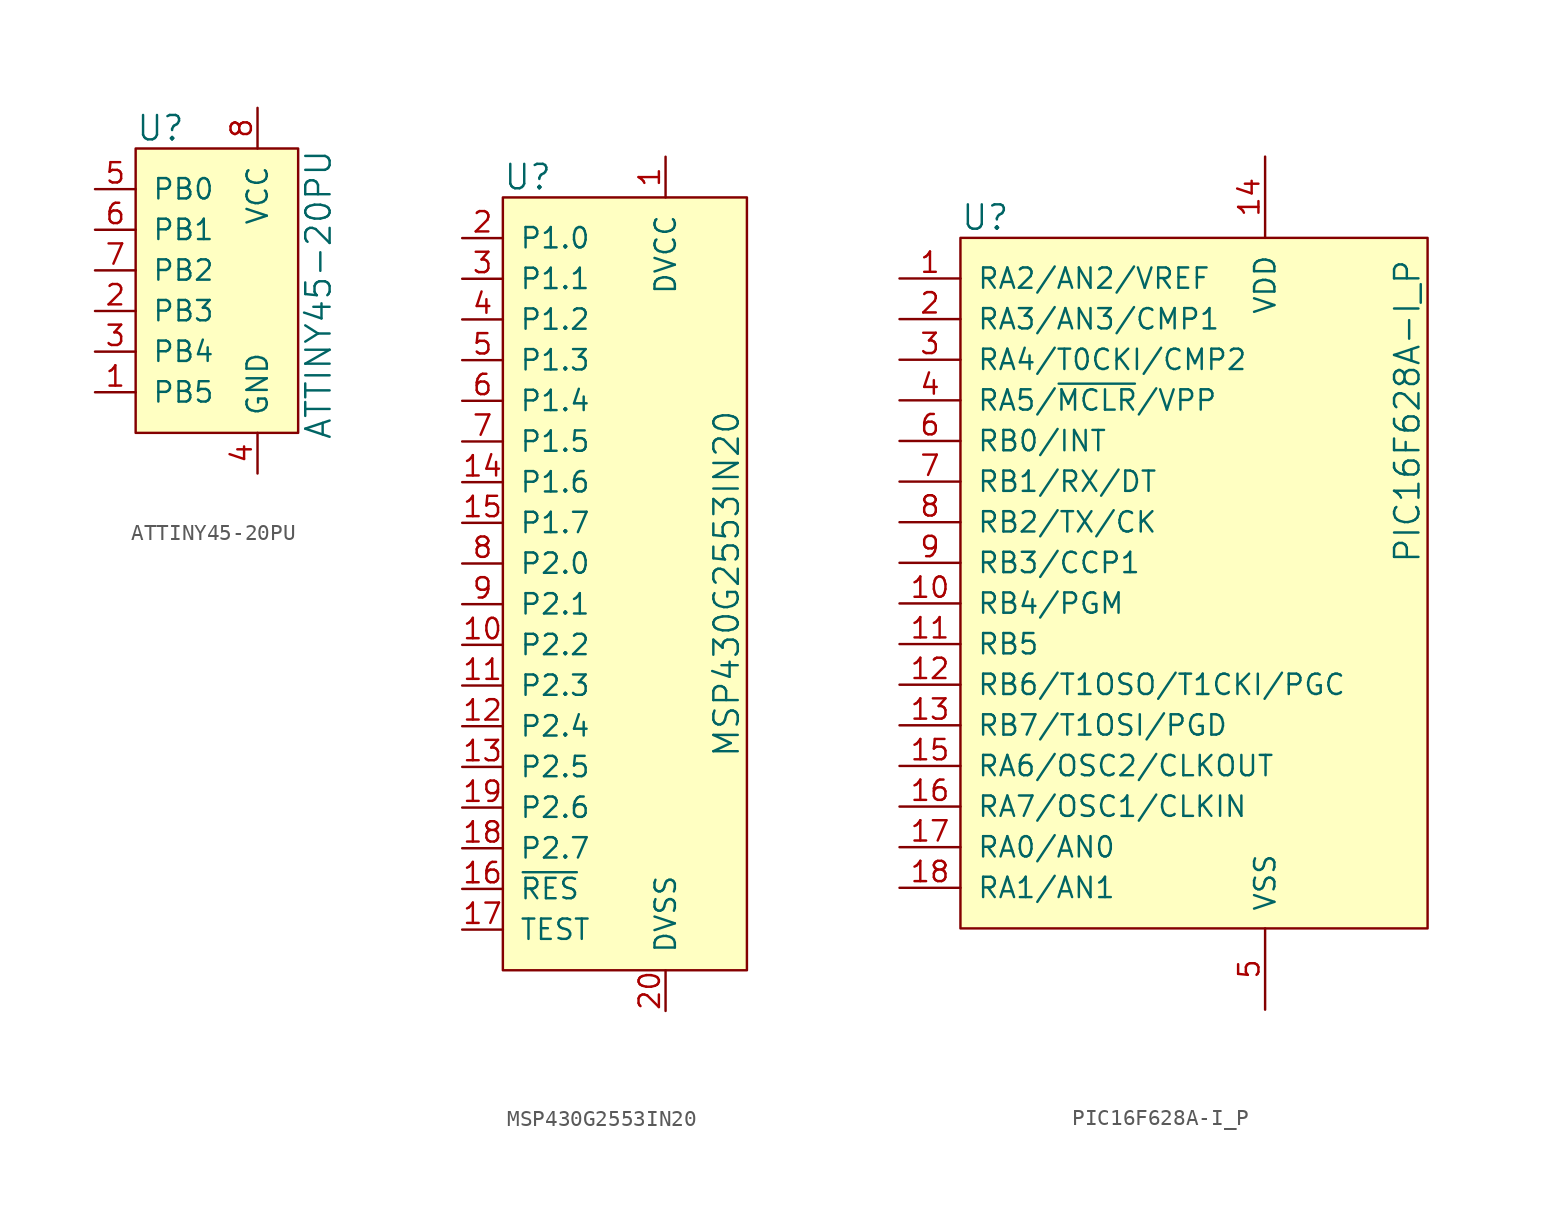
<source format=kicad_sym>
(kicad_symbol_lib
  (version 20211014)
  (generator kicad_symbol_editor)
  (symbol "ATTINY45-20PU"
    (pin_names
      (offset 1.016))
    (property "Reference" "U"
      (at -5.08 6.35 0)
      (effects (font (size 1.524 1.524)) (justify left)))
    (property "Value" "ATTINY45-20PU"
      (at 6.35 5.08 90)
      (effects (font (size 1.524 1.524)) (justify right)))
    (symbol "ATTINY45-20PU_0_1"
      (rectangle (start -5.08 5.08) (end 5.08 -12.7) (stroke (width 0) (type default) (color 0 0 0 0)) (fill (type background))))
    (symbol "ATTINY45-20PU_1_1"
      (pin bidirectional line (at -7.62 -10.16 0) (length 2.54) (name "PB5" (effects (font (size 1.27 1.27)))) (number "1" (effects (font (size 1.27 1.27)))))
      (pin bidirectional line (at -7.62 -5.08 0) (length 2.54) (name "PB3" (effects (font (size 1.27 1.27)))) (number "2" (effects (font (size 1.27 1.27)))))
      (pin bidirectional line (at -7.62 -7.62 0) (length 2.54) (name "PB4" (effects (font (size 1.27 1.27)))) (number "3" (effects (font (size 1.27 1.27)))))
      (pin power_in line (at 2.54 -15.24 90) (length 2.54) (name "GND" (effects (font (size 1.27 1.27)))) (number "4" (effects (font (size 1.27 1.27)))))
      (pin bidirectional line (at -7.62 2.54 0) (length 2.54) (name "PB0" (effects (font (size 1.27 1.27)))) (number "5" (effects (font (size 1.27 1.27)))))
      (pin bidirectional line (at -7.62 0 0) (length 2.54) (name "PB1" (effects (font (size 1.27 1.27)))) (number "6" (effects (font (size 1.27 1.27)))))
      (pin bidirectional line (at -7.62 -2.54 0) (length 2.54) (name "PB2" (effects (font (size 1.27 1.27)))) (number "7" (effects (font (size 1.27 1.27)))))
      (pin power_in line (at 2.54 7.62 270) (length 2.54) (name "VCC" (effects (font (size 1.27 1.27)))) (number "8" (effects (font (size 1.27 1.27)))))))
  (symbol "MSP430G2553IN20"
    (pin_names
      (offset 1.016))
    (property "Reference" "U"
      (at -7.62 24.13 0)
      (effects (font (size 1.524 1.524)) (justify left)))
    (property "Value" "MSP430G2553IN20"
      (at 6.35 -1.27 90)
      (effects (font (size 1.524 1.524))))
    (symbol "MSP430G2553IN20_0_1"
      (rectangle (start -7.62 22.86) (end 7.62 -25.4) (stroke (width 0) (type default) (color 0 0 0 0)) (fill (type background))))
    (symbol "MSP430G2553IN20_1_1"
      (pin power_in line (at 2.54 25.4 270) (length 2.54) (name "DVCC" (effects (font (size 1.27 1.27)))) (number "1" (effects (font (size 1.27 1.27)))))
      (pin bidirectional line (at -10.16 -5.08 0) (length 2.54) (name "P2.2" (effects (font (size 1.27 1.27)))) (number "10" (effects (font (size 1.27 1.27)))))
      (pin bidirectional line (at -10.16 -7.62 0) (length 2.54) (name "P2.3" (effects (font (size 1.27 1.27)))) (number "11" (effects (font (size 1.27 1.27)))))
      (pin bidirectional line (at -10.16 -10.16 0) (length 2.54) (name "P2.4" (effects (font (size 1.27 1.27)))) (number "12" (effects (font (size 1.27 1.27)))))
      (pin bidirectional line (at -10.16 -12.7 0) (length 2.54) (name "P2.5" (effects (font (size 1.27 1.27)))) (number "13" (effects (font (size 1.27 1.27)))))
      (pin bidirectional line (at -10.16 5.08 0) (length 2.54) (name "P1.6" (effects (font (size 1.27 1.27)))) (number "14" (effects (font (size 1.27 1.27)))))
      (pin bidirectional line (at -10.16 2.54 0) (length 2.54) (name "P1.7" (effects (font (size 1.27 1.27)))) (number "15" (effects (font (size 1.27 1.27)))))
      (pin input line (at -10.16 -20.32 0) (length 2.54) (name "~{RES}" (effects (font (size 1.27 1.27)))) (number "16" (effects (font (size 1.27 1.27)))))
      (pin input line (at -10.16 -22.86 0) (length 2.54) (name "TEST" (effects (font (size 1.27 1.27)))) (number "17" (effects (font (size 1.27 1.27)))))
      (pin bidirectional line (at -10.16 -17.78 0) (length 2.54) (name "P2.7" (effects (font (size 1.27 1.27)))) (number "18" (effects (font (size 1.27 1.27)))))
      (pin bidirectional line (at -10.16 -15.24 0) (length 2.54) (name "P2.6" (effects (font (size 1.27 1.27)))) (number "19" (effects (font (size 1.27 1.27)))))
      (pin bidirectional line (at -10.16 20.32 0) (length 2.54) (name "P1.0" (effects (font (size 1.27 1.27)))) (number "2" (effects (font (size 1.27 1.27)))))
      (pin power_in line (at 2.54 -27.94 90) (length 2.54) (name "DVSS" (effects (font (size 1.27 1.27)))) (number "20" (effects (font (size 1.27 1.27)))))
      (pin bidirectional line (at -10.16 17.78 0) (length 2.54) (name "P1.1" (effects (font (size 1.27 1.27)))) (number "3" (effects (font (size 1.27 1.27)))))
      (pin bidirectional line (at -10.16 15.24 0) (length 2.54) (name "P1.2" (effects (font (size 1.27 1.27)))) (number "4" (effects (font (size 1.27 1.27)))))
      (pin bidirectional line (at -10.16 12.7 0) (length 2.54) (name "P1.3" (effects (font (size 1.27 1.27)))) (number "5" (effects (font (size 1.27 1.27)))))
      (pin bidirectional line (at -10.16 10.16 0) (length 2.54) (name "P1.4" (effects (font (size 1.27 1.27)))) (number "6" (effects (font (size 1.27 1.27)))))
      (pin bidirectional line (at -10.16 7.62 0) (length 2.54) (name "P1.5" (effects (font (size 1.27 1.27)))) (number "7" (effects (font (size 1.27 1.27)))))
      (pin bidirectional line (at -10.16 0 0) (length 2.54) (name "P2.0" (effects (font (size 1.27 1.27)))) (number "8" (effects (font (size 1.27 1.27)))))
      (pin bidirectional line (at -10.16 -2.54 0) (length 2.54) (name "P2.1" (effects (font (size 1.27 1.27)))) (number "9" (effects (font (size 1.27 1.27)))))))
  (symbol "PIC16F628A-I_P"
    (pin_names
      (offset 1.016))
    (property "Reference" "U"
      (at -13.97 21.59 0)
      (effects (font (size 1.524 1.524)) (justify left)))
    (property "Value" "PIC16F628A-I_P"
      (at 13.97 19.05 90)
      (effects (font (size 1.524 1.524)) (justify right)))
    (symbol "PIC16F628A-I_P_0_1"
      (rectangle (start -13.97 20.32) (end 15.24 -22.86) (stroke (width 0) (type default) (color 0 0 0 0)) (fill (type background))))
    (symbol "PIC16F628A-I_P_1_1"
      (pin bidirectional line (at -17.78 17.78 0) (length 3.81) (name "RA2/AN2/VREF" (effects (font (size 1.27 1.27)))) (number "1" (effects (font (size 1.27 1.27)))))
      (pin bidirectional line (at -17.78 -2.54 0) (length 3.81) (name "RB4/PGM" (effects (font (size 1.27 1.27)))) (number "10" (effects (font (size 1.27 1.27)))))
      (pin bidirectional line (at -17.78 -5.08 0) (length 3.81) (name "RB5" (effects (font (size 1.27 1.27)))) (number "11" (effects (font (size 1.27 1.27)))))
      (pin bidirectional line (at -17.78 -7.62 0) (length 3.81) (name "RB6/T1OSO/T1CKI/PGC" (effects (font (size 1.27 1.27)))) (number "12" (effects (font (size 1.27 1.27)))))
      (pin bidirectional line (at -17.78 -10.16 0) (length 3.81) (name "RB7/T1OSI/PGD" (effects (font (size 1.27 1.27)))) (number "13" (effects (font (size 1.27 1.27)))))
      (pin power_in line (at 5.08 25.4 270) (length 5.08) (name "VDD" (effects (font (size 1.27 1.27)))) (number "14" (effects (font (size 1.27 1.27)))))
      (pin bidirectional line (at -17.78 -12.7 0) (length 3.81) (name "RA6/OSC2/CLKOUT" (effects (font (size 1.27 1.27)))) (number "15" (effects (font (size 1.27 1.27)))))
      (pin bidirectional line (at -17.78 -15.24 0) (length 3.81) (name "RA7/OSC1/CLKIN" (effects (font (size 1.27 1.27)))) (number "16" (effects (font (size 1.27 1.27)))))
      (pin bidirectional line (at -17.78 -17.78 0) (length 3.81) (name "RA0/AN0" (effects (font (size 1.27 1.27)))) (number "17" (effects (font (size 1.27 1.27)))))
      (pin bidirectional line (at -17.78 -20.32 0) (length 3.81) (name "RA1/AN1" (effects (font (size 1.27 1.27)))) (number "18" (effects (font (size 1.27 1.27)))))
      (pin bidirectional line (at -17.78 15.24 0) (length 3.81) (name "RA3/AN3/CMP1" (effects (font (size 1.27 1.27)))) (number "2" (effects (font (size 1.27 1.27)))))
      (pin bidirectional line (at -17.78 12.7 0) (length 3.81) (name "RA4/T0CKI/CMP2" (effects (font (size 1.27 1.27)))) (number "3" (effects (font (size 1.27 1.27)))))
      (pin bidirectional line (at -17.78 10.16 0) (length 3.81) (name "RA5/~{MCLR}/VPP" (effects (font (size 1.27 1.27)))) (number "4" (effects (font (size 1.27 1.27)))))
      (pin power_in line (at 5.08 -27.94 90) (length 5.08) (name "VSS" (effects (font (size 1.27 1.27)))) (number "5" (effects (font (size 1.27 1.27)))))
      (pin bidirectional line (at -17.78 7.62 0) (length 3.81) (name "RB0/INT" (effects (font (size 1.27 1.27)))) (number "6" (effects (font (size 1.27 1.27)))))
      (pin bidirectional line (at -17.78 5.08 0) (length 3.81) (name "RB1/RX/DT" (effects (font (size 1.27 1.27)))) (number "7" (effects (font (size 1.27 1.27)))))
      (pin bidirectional line (at -17.78 2.54 0) (length 3.81) (name "RB2/TX/CK" (effects (font (size 1.27 1.27)))) (number "8" (effects (font (size 1.27 1.27)))))
      (pin bidirectional line (at -17.78 0 0) (length 3.81) (name "RB3/CCP1" (effects (font (size 1.27 1.27)))) (number "9" (effects (font (size 1.27 1.27))))))))
</source>
